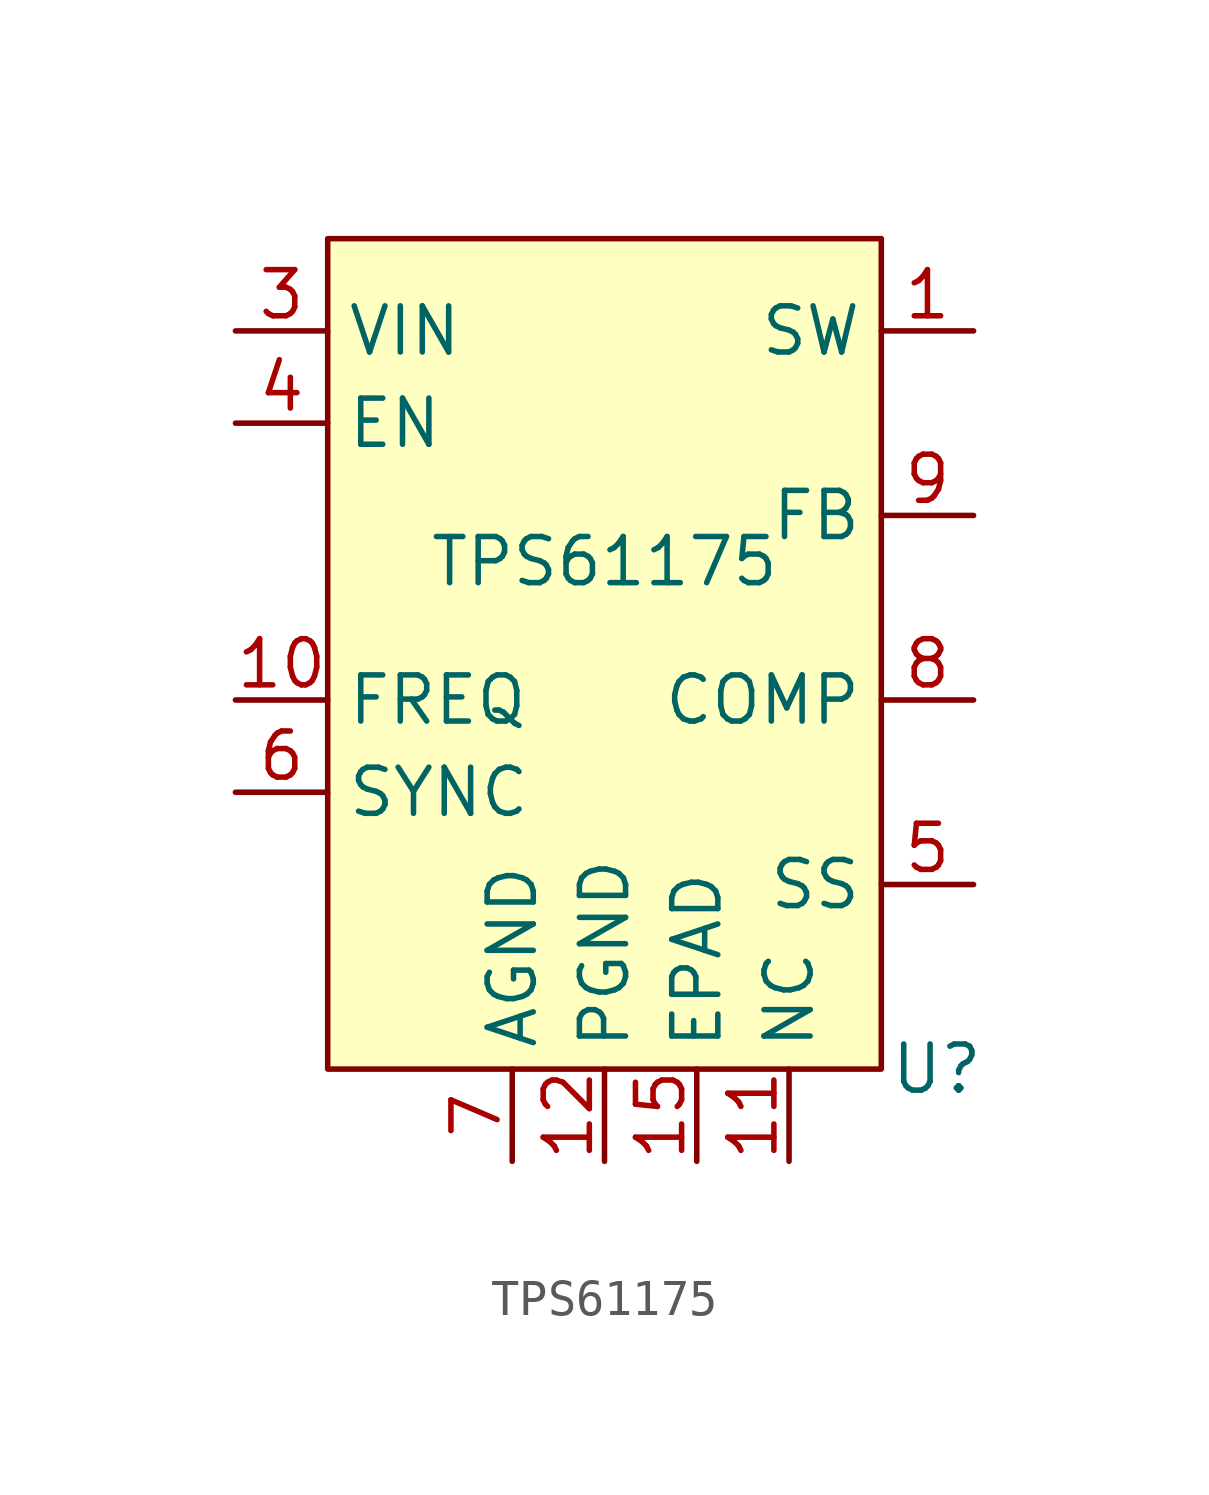
<source format=kicad_sym>
(kicad_symbol_lib
  (version 20231120)
  (generator "kicad_symbol_editor")
  (generator_version "8.0")
  (symbol "TPS61175"
    (property "Reference" "U"
      (at 9.144 -11.43 0)
      (effects (font (size 1.27 1.27))))
    (property "Value" "TPS61175"
      (at 0 2.54 0)
      (effects (font (size 1.27 1.27))))
    (symbol "TPS61175_0_0"
      (pin input line (at 10.16 8.89 180) (length 2.54) (name "SW" (effects (font (size 1.27 1.27)))) (number "1" (effects (font (size 1.27 1.27)))))
      (pin output line (at -10.16 -1.27 0) (length 2.54) (name "FREQ" (effects (font (size 1.27 1.27)))) (number "10" (effects (font (size 1.27 1.27)))))
      (pin power_in line (at 0 -13.97 90) (length 2.54) (name "PGND" (effects (font (size 1.27 1.27)))) (number "12" (effects (font (size 1.27 1.27)))))
      (pin power_in line (at 0 -13.97 90) (length 2.54) hide (name "PGND" (effects (font (size 1.27 1.27)))) (number "13" (effects (font (size 1.27 1.27)))))
      (pin power_in line (at 0 -13.97 90) (length 2.54) hide (name "PGND" (effects (font (size 1.27 1.27)))) (number "14" (effects (font (size 1.27 1.27)))))
      (pin passive line (at 2.54 -13.97 90) (length 2.54) (name "EPAD" (effects (font (size 1.27 1.27)))) (number "15" (effects (font (size 1.27 1.27)))))
      (pin power_in line (at -10.16 8.89 0) (length 2.54) (name "VIN" (effects (font (size 1.27 1.27)))) (number "3" (effects (font (size 1.27 1.27)))))
      (pin input line (at -10.16 6.35 0) (length 2.54) (name "EN" (effects (font (size 1.27 1.27)))) (number "4" (effects (font (size 1.27 1.27)))))
      (pin output line (at 10.16 -6.35 180) (length 2.54) (name "SS" (effects (font (size 1.27 1.27)))) (number "5" (effects (font (size 1.27 1.27)))))
      (pin input line (at -10.16 -3.81 0) (length 2.54) (name "SYNC" (effects (font (size 1.27 1.27)))) (number "6" (effects (font (size 1.27 1.27)))))
      (pin passive line (at -2.54 -13.97 90) (length 2.54) (name "AGND" (effects (font (size 1.27 1.27)))) (number "7" (effects (font (size 1.27 1.27)))))
      (pin output line (at 10.16 -1.27 180) (length 2.54) (name "COMP" (effects (font (size 1.27 1.27)))) (number "8" (effects (font (size 1.27 1.27)))))
      (pin input line (at 10.16 3.81 180) (length 2.54) (name "FB" (effects (font (size 1.27 1.27)))) (number "9" (effects (font (size 1.27 1.27))))))
    (symbol "TPS61175_1_0"
      (pin passive line (at 5.08 -13.97 90) (length 2.54) (name "NC" (effects (font (size 1.27 1.27)))) (number "11" (effects (font (size 1.27 1.27)))))
      (pin input line (at 10.16 8.89 180) (length 2.54) hide (name "SW" (effects (font (size 1.27 1.27)))) (number "2" (effects (font (size 1.27 1.27))))))
    (symbol "TPS61175_1_1"
      (rectangle (start -7.62 11.43) (end 7.62 -11.43) (stroke (width 0) (type default)) (fill (type background))))))
</source>
